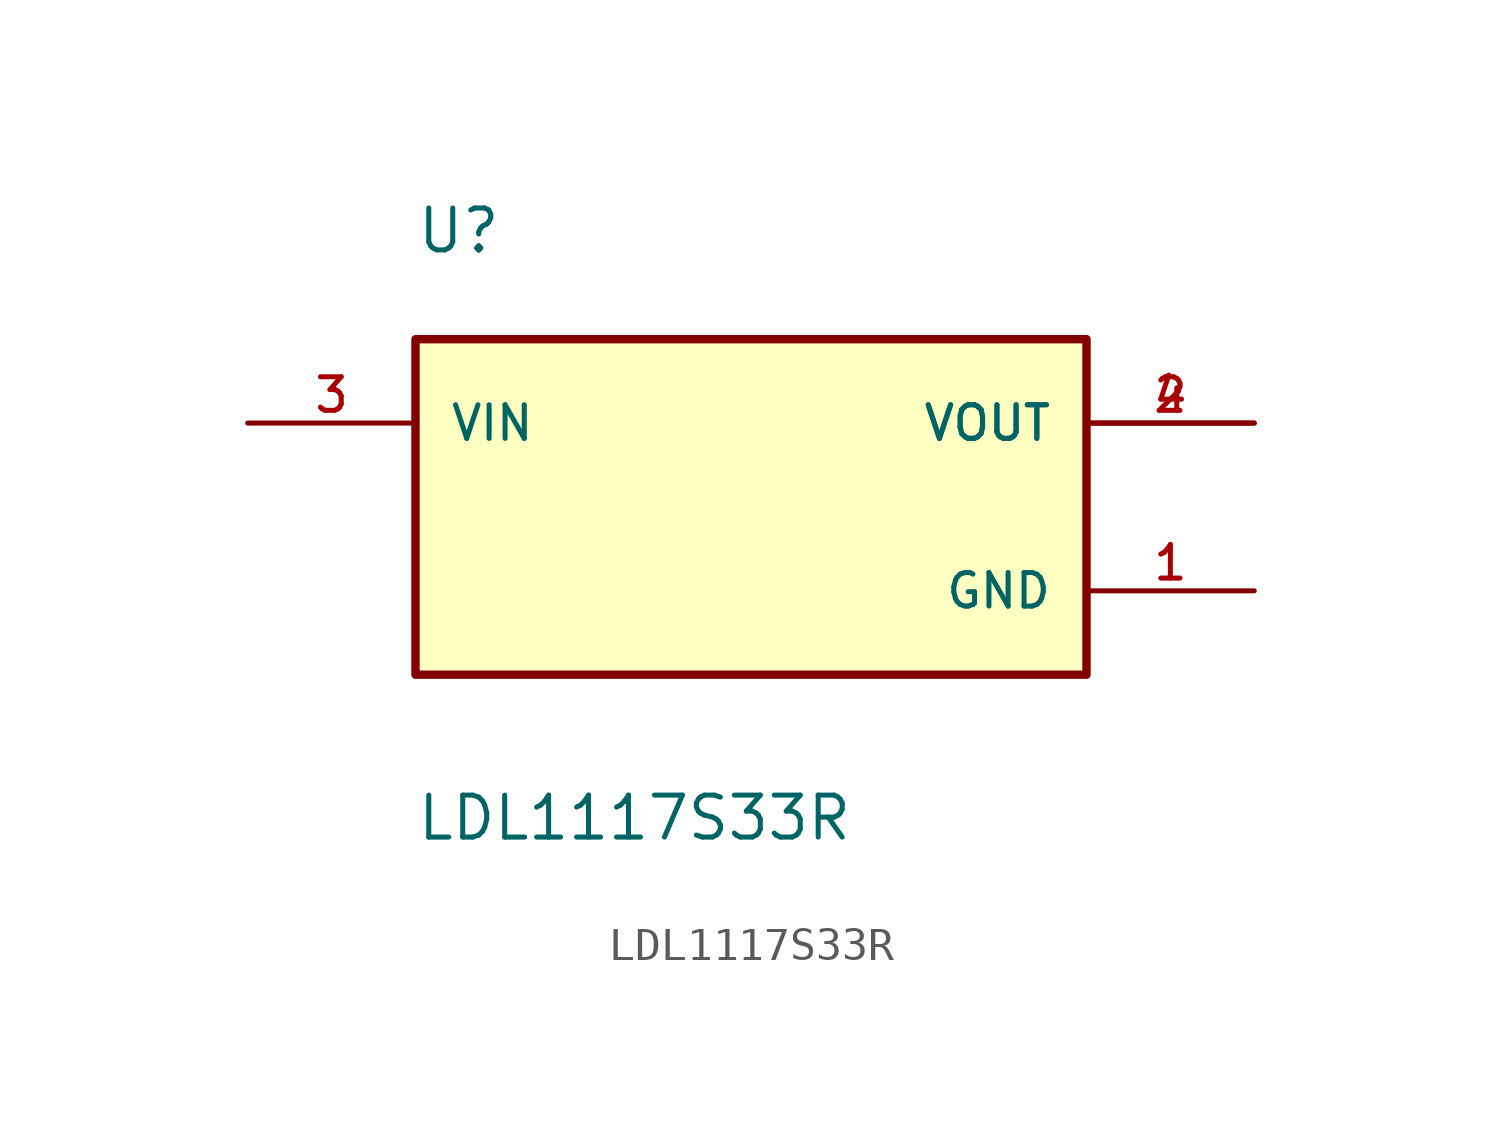
<source format=kicad_sym>
(kicad_symbol_lib
  (version 20211014)
  (generator kicad_symbol_editor)
  (symbol "LDL1117S33R"
    (pin_names
      (offset 1.016))
    (property "Reference" "U"
      (at -10.16 7.62 0)
      (effects (font (size 1.27 1.27)) (justify bottom left)))
    (property "Value" "LDL1117S33R"
      (at -10.16 -10.16 0)
      (effects (font (size 1.27 1.27)) (justify bottom left)))
    (symbol "LDL1117S33R_0_0"
      (rectangle (start -10.16 -5.08) (end 10.16 5.08) (stroke (width 0.254)) (fill (type background)))
      (pin input line (at -15.24 2.54 0) (length 5.08) (name "VIN" (effects (font (size 1.016 1.016)))) (number "3" (effects (font (size 1.016 1.016)))))
      (pin output line (at 15.24 2.54 180.0) (length 5.08) (name "VOUT" (effects (font (size 1.016 1.016)))) (number "2" (effects (font (size 1.016 1.016)))))
      (pin output line (at 15.24 2.54 180.0) (length 5.08) (name "VOUT" (effects (font (size 1.016 1.016)))) (number "4" (effects (font (size 1.016 1.016)))))
      (pin power_in line (at 15.24 -2.54 180.0) (length 5.08) (name "GND" (effects (font (size 1.016 1.016)))) (number "1" (effects (font (size 1.016 1.016))))))))
</source>
